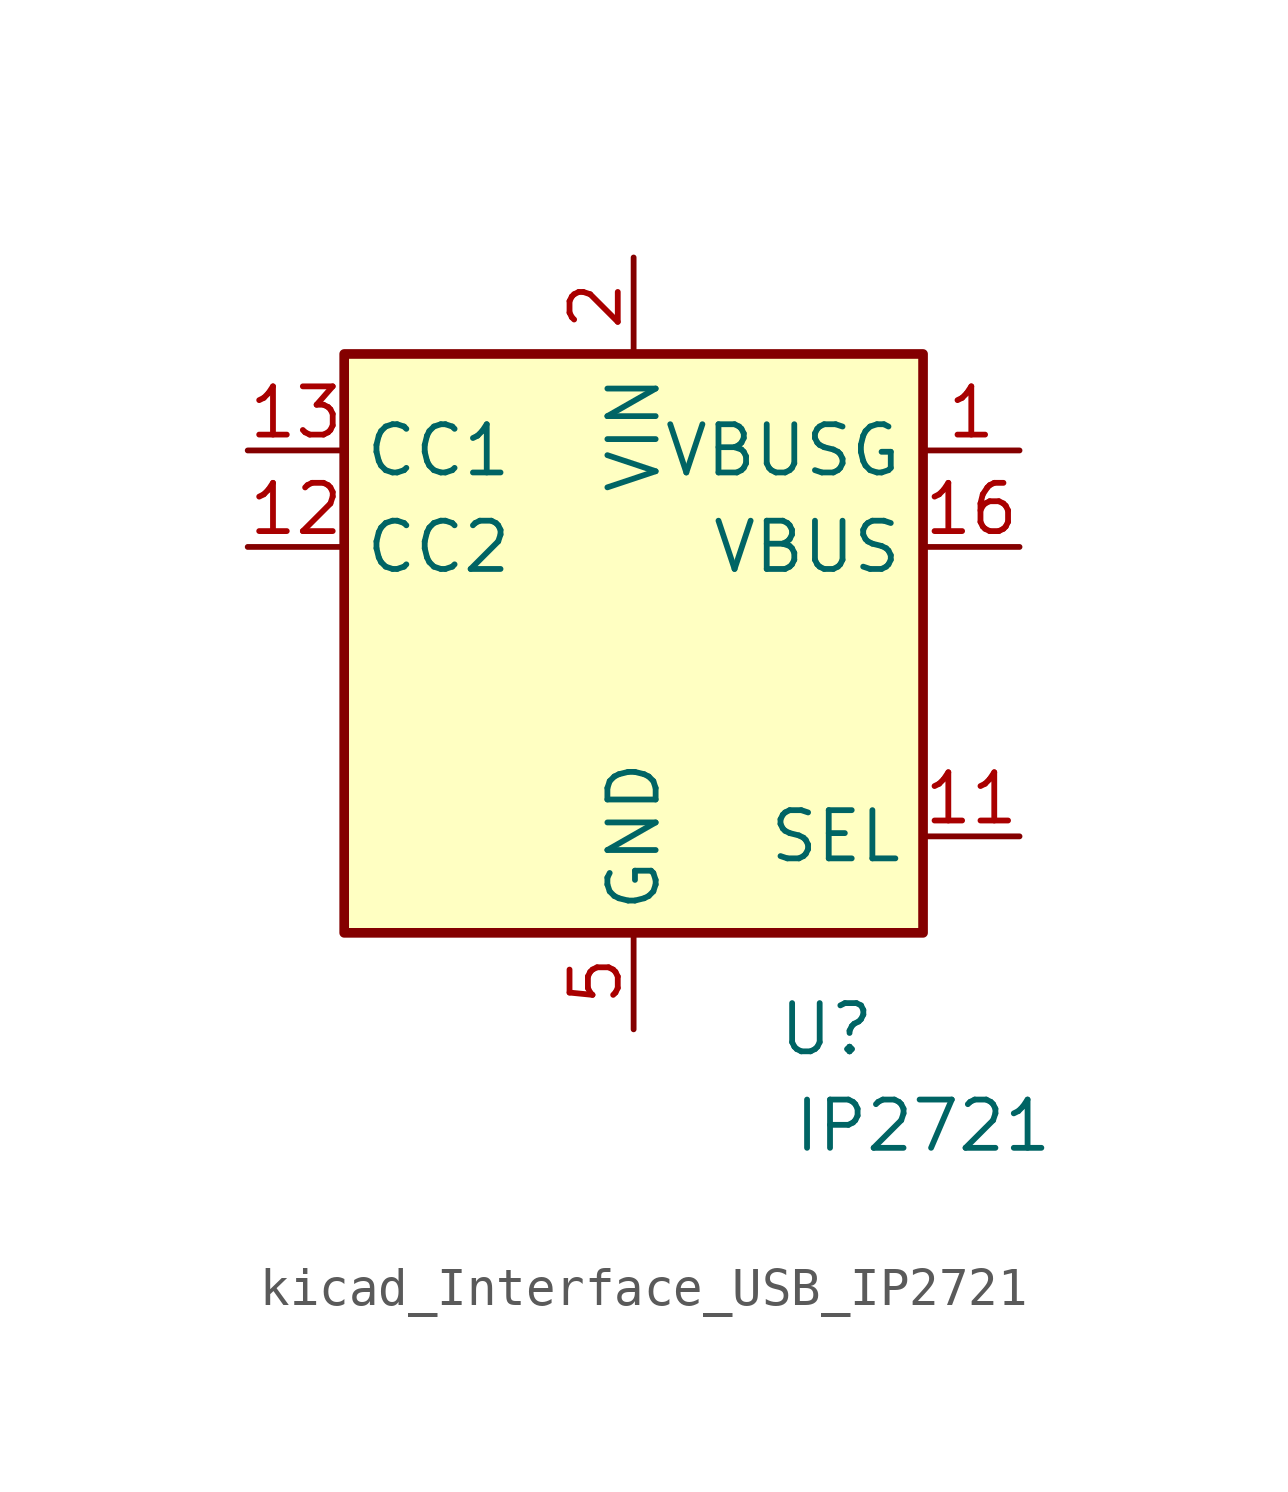
<source format=kicad_sym>
(kicad_symbol_lib
  (version 20220914)
  (generator kicad_symbol_editor)
  (symbol "kicad_Interface_USB_IP2721"
    (property "Reference" "U"
      (at 5.08 -10.16 0)
      (effects (font (size 1.27 1.27))))
    (property "Value" "IP2721"
      (at 7.62 -12.7 0)
      (effects (font (size 1.27 1.27))))
    (symbol "kicad_Interface_USB_IP2721_0_1"
      (rectangle (start -7.62 7.62) (end 7.62 -7.62) (stroke (width 0.254) (type default)) (fill (type background))))
    (symbol "kicad_Interface_USB_IP2721_1_1"
      (pin output line (at 10.16 5.08 180) (length 2.54) (name "VBUSG" (effects (font (size 1.27 1.27)))) (number "1" (effects (font (size 1.27 1.27)))))
      (pin no_connect line (at -2.54 -7.62 90) (length 2.54) hide (name "NC" (effects (font (size 1.27 1.27)))) (number "10" (effects (font (size 1.27 1.27)))))
      (pin input line (at 10.16 -5.08 180) (length 2.54) (name "SEL" (effects (font (size 1.27 1.27)))) (number "11" (effects (font (size 1.27 1.27)))))
      (pin bidirectional line (at -10.16 2.54 0) (length 2.54) (name "CC2" (effects (font (size 1.27 1.27)))) (number "12" (effects (font (size 1.27 1.27)))))
      (pin bidirectional line (at -10.16 5.08 0) (length 2.54) (name "CC1" (effects (font (size 1.27 1.27)))) (number "13" (effects (font (size 1.27 1.27)))))
      (pin no_connect line (at 2.54 -7.62 90) (length 2.54) hide (name "NC" (effects (font (size 1.27 1.27)))) (number "14" (effects (font (size 1.27 1.27)))))
      (pin no_connect line (at 5.08 -7.62 90) (length 2.54) hide (name "NC" (effects (font (size 1.27 1.27)))) (number "15" (effects (font (size 1.27 1.27)))))
      (pin input line (at 10.16 2.54 180) (length 2.54) (name "VBUS" (effects (font (size 1.27 1.27)))) (number "16" (effects (font (size 1.27 1.27)))))
      (pin power_in line (at 0 10.16 270) (length 2.54) (name "VIN" (effects (font (size 1.27 1.27)))) (number "2" (effects (font (size 1.27 1.27)))))
      (pin no_connect line (at -5.08 7.62 270) (length 2.54) hide (name "NC" (effects (font (size 1.27 1.27)))) (number "3" (effects (font (size 1.27 1.27)))))
      (pin no_connect line (at -7.62 -2.54 0) (length 2.54) hide (name "NC" (effects (font (size 1.27 1.27)))) (number "4" (effects (font (size 1.27 1.27)))))
      (pin power_in line (at 0 -10.16 90) (length 2.54) (name "GND" (effects (font (size 1.27 1.27)))) (number "5" (effects (font (size 1.27 1.27)))))
      (pin no_connect line (at -2.54 7.62 270) (length 2.54) hide (name "NC" (effects (font (size 1.27 1.27)))) (number "6" (effects (font (size 1.27 1.27)))))
      (pin no_connect line (at 2.54 7.62 90) (length 2.54) hide (name "NC" (effects (font (size 1.27 1.27)))) (number "7" (effects (font (size 1.27 1.27)))))
      (pin no_connect line (at 5.08 7.62 90) (length 2.54) hide (name "NC" (effects (font (size 1.27 1.27)))) (number "8" (effects (font (size 1.27 1.27)))))
      (pin no_connect line (at -5.08 -7.62 90) (length 2.54) hide (name "NC" (effects (font (size 1.27 1.27)))) (number "9" (effects (font (size 1.27 1.27))))))))
</source>
